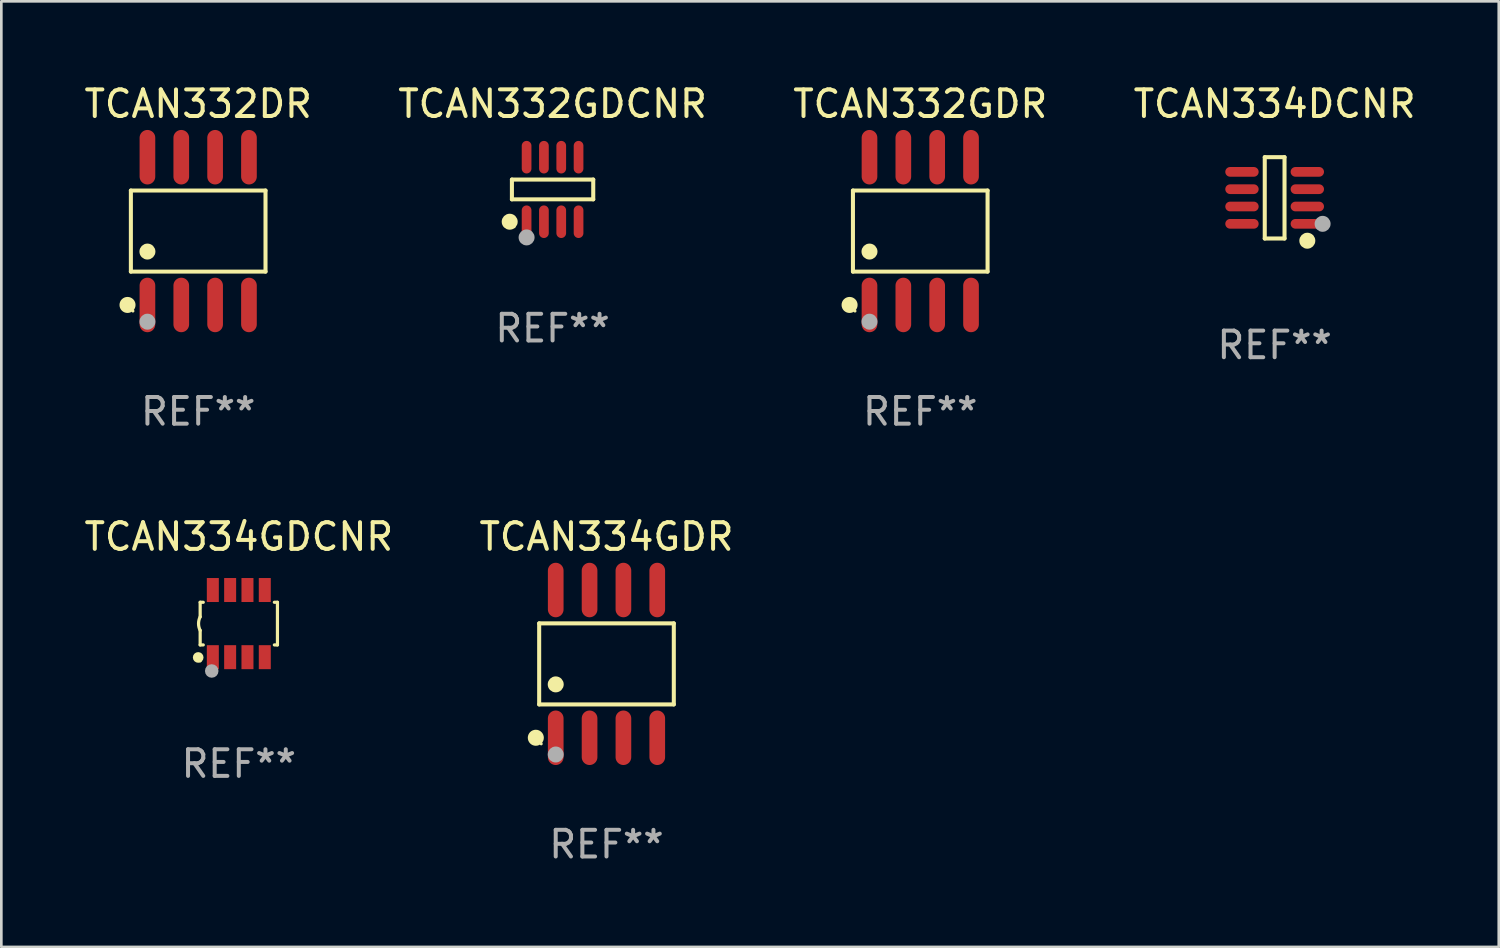
<source format=kicad_pcb>
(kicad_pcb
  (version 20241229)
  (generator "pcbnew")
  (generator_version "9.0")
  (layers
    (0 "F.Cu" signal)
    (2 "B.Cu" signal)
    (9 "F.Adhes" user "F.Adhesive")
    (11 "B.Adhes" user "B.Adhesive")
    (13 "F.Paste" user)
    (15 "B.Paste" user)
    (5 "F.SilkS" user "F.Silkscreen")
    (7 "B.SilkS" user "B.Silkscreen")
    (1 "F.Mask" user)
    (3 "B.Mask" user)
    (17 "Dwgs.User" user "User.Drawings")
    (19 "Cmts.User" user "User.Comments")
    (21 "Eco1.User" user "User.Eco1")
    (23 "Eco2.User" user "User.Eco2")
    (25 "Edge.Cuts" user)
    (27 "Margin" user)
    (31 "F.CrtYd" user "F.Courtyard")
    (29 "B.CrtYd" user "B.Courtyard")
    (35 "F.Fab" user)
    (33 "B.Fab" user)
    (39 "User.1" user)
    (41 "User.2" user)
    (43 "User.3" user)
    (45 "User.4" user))
  (footprint "TCAN334DCNR"
    (layer "F.Cu")
    (at 44.78 4.374)
    (property "Reference" "TCAN334DCNR" (at 0 -3.526 0) (layer "F.SilkS") (effects (font (size 1 1) (thickness 0.15))))
    (attr through_hole)
    (fp_line (start -0.371 -1.526) (end 0.371 -1.526) (stroke (width 0.152) (type solid)) (layer "F.SilkS"))
    (fp_line (start -0.371 1.526) (end -0.371 -1.526) (stroke (width 0.152) (type solid)) (layer "F.SilkS"))
    (fp_line (start 0.371 -1.526) (end 0.371 1.526) (stroke (width 0.152) (type solid)) (layer "F.SilkS"))
    (fp_line (start 0.371 1.526) (end -0.371 1.526) (stroke (width 0.152) (type solid)) (layer "F.SilkS"))
    (fp_circle (center 1.226 1.609) (end 1.376 1.609) (stroke (width 0.3) (type solid)) (fill no) (layer "F.SilkS"))
    (fp_circle (center 1.4 1.45) (end 1.43 1.45) (stroke (width 0.06) (type solid)) (fill no) (layer "F.SilkS"))
    (fp_circle (center 1.8 0.975) (end 1.95 0.975) (stroke (width 0.3) (type solid)) (fill no) (layer "F.Fab"))
    (fp_text user "REF**" (at 0 5.526 0) (layer "F.Fab") (effects (font (size 1 1) (thickness 0.15))))
    (pad "1" smd oval (at 1.226 0.975) (size 1.252 0.364) (layers "F.Cu" "F.Mask" "F.Paste"))
    (pad "2" smd oval (at 1.226 0.325) (size 1.252 0.364) (layers "F.Cu" "F.Mask" "F.Paste"))
    (pad "3" smd oval (at 1.226 -0.325) (size 1.252 0.364) (layers "F.Cu" "F.Mask" "F.Paste"))
    (pad "4" smd oval (at 1.226 -0.975) (size 1.252 0.364) (layers "F.Cu" "F.Mask" "F.Paste"))
    (pad "5" smd oval (at -1.226 -0.975) (size 1.252 0.364) (layers "F.Cu" "F.Mask" "F.Paste"))
    (pad "6" smd oval (at -1.226 -0.325) (size 1.252 0.364) (layers "F.Cu" "F.Mask" "F.Paste"))
    (pad "7" smd oval (at -1.226 0.325) (size 1.252 0.364) (layers "F.Cu" "F.Mask" "F.Paste"))
    (pad "8" smd oval (at -1.226 0.975) (size 1.252 0.364) (layers "F.Cu" "F.Mask" "F.Paste")))
  (footprint "TCAN332GDCNR"
    (layer "F.Cu")
    (at 17.685 4.059)
    (property "Reference" "TCAN332GDCNR" (at 0 -3.211 0) (layer "F.SilkS") (effects (font (size 1 1) (thickness 0.15))))
    (attr through_hole)
    (fp_line (start -1.526 -0.371) (end 1.526 -0.371) (stroke (width 0.152) (type solid)) (layer "F.SilkS"))
    (fp_line (start -1.526 0.371) (end -1.526 -0.371) (stroke (width 0.152) (type solid)) (layer "F.SilkS"))
    (fp_line (start 1.526 -0.371) (end 1.526 0.371) (stroke (width 0.152) (type solid)) (layer "F.SilkS"))
    (fp_line (start 1.526 0.371) (end -1.526 0.371) (stroke (width 0.152) (type solid)) (layer "F.SilkS"))
    (fp_circle (center -1.609 1.211) (end -1.459 1.211) (stroke (width 0.3) (type solid)) (fill no) (layer "F.SilkS"))
    (fp_circle (center -1.45 1.4) (end -1.42 1.4) (stroke (width 0.06) (type solid)) (fill no) (layer "F.SilkS"))
    (fp_circle (center -0.975 1.8) (end -0.825 1.8) (stroke (width 0.3) (type solid)) (fill no) (layer "F.Fab"))
    (fp_text user "REF**" (at 0 5.211 0) (layer "F.Fab") (effects (font (size 1 1) (thickness 0.15))))
    (pad "1" smd oval (at -0.975 1.211) (size 0.364 1.222) (layers "F.Cu" "F.Mask" "F.Paste"))
    (pad "2" smd oval (at -0.325 1.211) (size 0.364 1.222) (layers "F.Cu" "F.Mask" "F.Paste"))
    (pad "3" smd oval (at 0.325 1.211) (size 0.364 1.222) (layers "F.Cu" "F.Mask" "F.Paste"))
    (pad "4" smd oval (at 0.975 1.211) (size 0.364 1.222) (layers "F.Cu" "F.Mask" "F.Paste"))
    (pad "5" smd oval (at 0.975 -1.211) (size 0.364 1.222) (layers "F.Cu" "F.Mask" "F.Paste"))
    (pad "6" smd oval (at 0.325 -1.211) (size 0.364 1.222) (layers "F.Cu" "F.Mask" "F.Paste"))
    (pad "7" smd oval (at -0.325 -1.211) (size 0.364 1.222) (layers "F.Cu" "F.Mask" "F.Paste"))
    (pad "8" smd oval (at -0.975 -1.211) (size 0.364 1.222) (layers "F.Cu" "F.Mask" "F.Paste")))
  (footprint "TCAN332DR"
    (layer "F.Cu")
    (at 4.387 5.621)
    (property "Reference" "TCAN332DR" (at 0 -4.772 0) (layer "F.SilkS") (effects (font (size 1 1) (thickness 0.15))))
    (attr through_hole)
    (fp_line (start -2.526 -1.521) (end 2.526 -1.521) (stroke (width 0.152) (type solid)) (layer "F.SilkS"))
    (fp_line (start -2.526 1.521) (end -2.526 -1.521) (stroke (width 0.152) (type solid)) (layer "F.SilkS"))
    (fp_line (start 2.526 -1.521) (end 2.526 1.521) (stroke (width 0.152) (type solid)) (layer "F.SilkS"))
    (fp_line (start 2.526 1.521) (end -2.526 1.521) (stroke (width 0.152) (type solid)) (layer "F.SilkS"))
    (fp_circle (center -2.652 2.772) (end -2.501 2.772) (stroke (width 0.3) (type solid)) (fill no) (layer "F.SilkS"))
    (fp_circle (center -2.45 3) (end -2.42 3) (stroke (width 0.06) (type solid)) (fill no) (layer "F.SilkS"))
    (fp_circle (center -1.905 0.769) (end -1.755 0.769) (stroke (width 0.3) (type solid)) (fill no) (layer "F.SilkS"))
    (fp_circle (center -1.905 3.4) (end -1.755 3.4) (stroke (width 0.3) (type solid)) (fill no) (layer "F.Fab"))
    (fp_text user "REF**" (at 0 6.772 0) (layer "F.Fab") (effects (font (size 1 1) (thickness 0.15))))
    (pad "1" smd oval (at -1.905 2.772) (size 0.588 2.045) (layers "F.Cu" "F.Mask" "F.Paste"))
    (pad "2" smd oval (at -0.635 2.772) (size 0.588 2.045) (layers "F.Cu" "F.Mask" "F.Paste"))
    (pad "3" smd oval (at 0.635 2.772) (size 0.588 2.045) (layers "F.Cu" "F.Mask" "F.Paste"))
    (pad "4" smd oval (at 1.905 2.772) (size 0.588 2.045) (layers "F.Cu" "F.Mask" "F.Paste"))
    (pad "5" smd oval (at 1.905 -2.772) (size 0.588 2.045) (layers "F.Cu" "F.Mask" "F.Paste"))
    (pad "6" smd oval (at 0.635 -2.772) (size 0.588 2.045) (layers "F.Cu" "F.Mask" "F.Paste"))
    (pad "7" smd oval (at -0.635 -2.772) (size 0.588 2.045) (layers "F.Cu" "F.Mask" "F.Paste"))
    (pad "8" smd oval (at -1.905 -2.772) (size 0.588 2.045) (layers "F.Cu" "F.Mask" "F.Paste")))
  (footprint "TCAN334GDCNR"
    (layer "F.Cu")
    (at 5.911 20.35)
    (property "Reference" "TCAN334GDCNR" (at 0 -3.26 0) (layer "F.SilkS") (effects (font (size 1 1) (thickness 0.15))))
    (attr through_hole)
    (fp_line (start -1.45 -0.8) (end -1.45 -0.254) (stroke (width 0.12) (type solid)) (layer "F.SilkS"))
    (fp_line (start -1.45 -0.8) (end -1.334 -0.8) (stroke (width 0.12) (type solid)) (layer "F.SilkS"))
    (fp_line (start -1.45 0.8) (end -1.45 0.254) (stroke (width 0.12) (type solid)) (layer "F.SilkS"))
    (fp_line (start -1.45 0.8) (end -1.334 0.8) (stroke (width 0.12) (type solid)) (layer "F.SilkS"))
    (fp_line (start 1.334 -0.8) (end 1.45 -0.8) (stroke (width 0.12) (type solid)) (layer "F.SilkS"))
    (fp_line (start 1.334 0.8) (end 1.45 0.8) (stroke (width 0.12) (type solid)) (layer "F.SilkS"))
    (fp_line (start 1.45 0.8) (end 1.45 -0.8) (stroke (width 0.12) (type solid)) (layer "F.SilkS"))
    (fp_arc (start -1.45075 0.255144) (mid -1.510605 0.000434) (end -1.450013 -0.254102) (stroke (width 0.11999) (type solid)) (layer "F.SilkS"))
    (fp_circle (center -1.524 1.27) (end -1.424 1.27) (stroke (width 0.2) (type solid)) (fill no) (layer "F.SilkS"))
    (fp_circle (center -1.45 1.4) (end -1.42 1.4) (stroke (width 0.06) (type solid)) (fill no) (layer "F.SilkS"))
    (fp_circle (center -1.016 1.778) (end -0.889 1.778) (stroke (width 0.254) (type solid)) (fill no) (layer "F.Fab"))
    (fp_text user "REF**" (at 0 5.26 0) (layer "F.Fab") (effects (font (size 1 1) (thickness 0.15))))
    (pad "1" smd rect (at -0.975 1.26) (size 0.45 0.9) (layers "F.Cu" "F.Mask" "F.Paste"))
    (pad "2" smd rect (at -0.325 1.26) (size 0.45 0.9) (layers "F.Cu" "F.Mask" "F.Paste"))
    (pad "3" smd rect (at 0.325 1.26) (size 0.45 0.9) (layers "F.Cu" "F.Mask" "F.Paste"))
    (pad "4" smd rect (at 0.975 1.26) (size 0.45 0.9) (layers "F.Cu" "F.Mask" "F.Paste"))
    (pad "5" smd rect (at 0.975 -1.26) (size 0.45 0.9) (layers "F.Cu" "F.Mask" "F.Paste"))
    (pad "6" smd rect (at 0.325 -1.26) (size 0.45 0.9) (layers "F.Cu" "F.Mask" "F.Paste"))
    (pad "7" smd rect (at -0.325 -1.26) (size 0.45 0.9) (layers "F.Cu" "F.Mask" "F.Paste"))
    (pad "8" smd rect (at -0.975 -1.26) (size 0.45 0.9) (layers "F.Cu" "F.Mask" "F.Paste")))
  (footprint "TCAN334GDR"
    (layer "F.Cu")
    (at 19.708 21.862)
    (property "Reference" "TCAN334GDR" (at 0 -4.772 0) (layer "F.SilkS") (effects (font (size 1 1) (thickness 0.15))))
    (attr through_hole)
    (fp_line (start -2.526 -1.521) (end 2.526 -1.521) (stroke (width 0.152) (type solid)) (layer "F.SilkS"))
    (fp_line (start -2.526 1.521) (end -2.526 -1.521) (stroke (width 0.152) (type solid)) (layer "F.SilkS"))
    (fp_line (start 2.526 -1.521) (end 2.526 1.521) (stroke (width 0.152) (type solid)) (layer "F.SilkS"))
    (fp_line (start 2.526 1.521) (end -2.526 1.521) (stroke (width 0.152) (type solid)) (layer "F.SilkS"))
    (fp_circle (center -2.652 2.772) (end -2.501 2.772) (stroke (width 0.3) (type solid)) (fill no) (layer "F.SilkS"))
    (fp_circle (center -2.45 3) (end -2.42 3) (stroke (width 0.06) (type solid)) (fill no) (layer "F.SilkS"))
    (fp_circle (center -1.905 0.769) (end -1.755 0.769) (stroke (width 0.3) (type solid)) (fill no) (layer "F.SilkS"))
    (fp_circle (center -1.905 3.4) (end -1.755 3.4) (stroke (width 0.3) (type solid)) (fill no) (layer "F.Fab"))
    (fp_text user "REF**" (at 0 6.772 0) (layer "F.Fab") (effects (font (size 1 1) (thickness 0.15))))
    (pad "1" smd oval (at -1.905 2.772) (size 0.588 2.045) (layers "F.Cu" "F.Mask" "F.Paste"))
    (pad "2" smd oval (at -0.635 2.772) (size 0.588 2.045) (layers "F.Cu" "F.Mask" "F.Paste"))
    (pad "3" smd oval (at 0.635 2.772) (size 0.588 2.045) (layers "F.Cu" "F.Mask" "F.Paste"))
    (pad "4" smd oval (at 1.905 2.772) (size 0.588 2.045) (layers "F.Cu" "F.Mask" "F.Paste"))
    (pad "5" smd oval (at 1.905 -2.772) (size 0.588 2.045) (layers "F.Cu" "F.Mask" "F.Paste"))
    (pad "6" smd oval (at 0.635 -2.772) (size 0.588 2.045) (layers "F.Cu" "F.Mask" "F.Paste"))
    (pad "7" smd oval (at -0.635 -2.772) (size 0.588 2.045) (layers "F.Cu" "F.Mask" "F.Paste"))
    (pad "8" smd oval (at -1.905 -2.772) (size 0.588 2.045) (layers "F.Cu" "F.Mask" "F.Paste")))
  (footprint "TCAN332GDR"
    (layer "F.Cu")
    (at 31.482 5.621)
    (property "Reference" "TCAN332GDR" (at 0 -4.772 0) (layer "F.SilkS") (effects (font (size 1 1) (thickness 0.15))))
    (attr through_hole)
    (fp_line (start -2.526 -1.521) (end 2.526 -1.521) (stroke (width 0.152) (type solid)) (layer "F.SilkS"))
    (fp_line (start -2.526 1.521) (end -2.526 -1.521) (stroke (width 0.152) (type solid)) (layer "F.SilkS"))
    (fp_line (start 2.526 -1.521) (end 2.526 1.521) (stroke (width 0.152) (type solid)) (layer "F.SilkS"))
    (fp_line (start 2.526 1.521) (end -2.526 1.521) (stroke (width 0.152) (type solid)) (layer "F.SilkS"))
    (fp_circle (center -2.652 2.772) (end -2.501 2.772) (stroke (width 0.3) (type solid)) (fill no) (layer "F.SilkS"))
    (fp_circle (center -2.45 3) (end -2.42 3) (stroke (width 0.06) (type solid)) (fill no) (layer "F.SilkS"))
    (fp_circle (center -1.905 0.769) (end -1.755 0.769) (stroke (width 0.3) (type solid)) (fill no) (layer "F.SilkS"))
    (fp_circle (center -1.905 3.4) (end -1.755 3.4) (stroke (width 0.3) (type solid)) (fill no) (layer "F.Fab"))
    (fp_text user "REF**" (at 0 6.772 0) (layer "F.Fab") (effects (font (size 1 1) (thickness 0.15))))
    (pad "1" smd oval (at -1.905 2.772) (size 0.588 2.045) (layers "F.Cu" "F.Mask" "F.Paste"))
    (pad "2" smd oval (at -0.635 2.772) (size 0.588 2.045) (layers "F.Cu" "F.Mask" "F.Paste"))
    (pad "3" smd oval (at 0.635 2.772) (size 0.588 2.045) (layers "F.Cu" "F.Mask" "F.Paste"))
    (pad "4" smd oval (at 1.905 2.772) (size 0.588 2.045) (layers "F.Cu" "F.Mask" "F.Paste"))
    (pad "5" smd oval (at 1.905 -2.772) (size 0.588 2.045) (layers "F.Cu" "F.Mask" "F.Paste"))
    (pad "6" smd oval (at 0.635 -2.772) (size 0.588 2.045) (layers "F.Cu" "F.Mask" "F.Paste"))
    (pad "7" smd oval (at -0.635 -2.772) (size 0.588 2.045) (layers "F.Cu" "F.Mask" "F.Paste"))
    (pad "8" smd oval (at -1.905 -2.772) (size 0.588 2.045) (layers "F.Cu" "F.Mask" "F.Paste")))
  (gr_rect
    (start -3 -3)
    (end 53.19 32.483)
    (stroke (width 0.1) (type default))
    (fill no)
    (layer "Edge.Cuts")))
</source>
